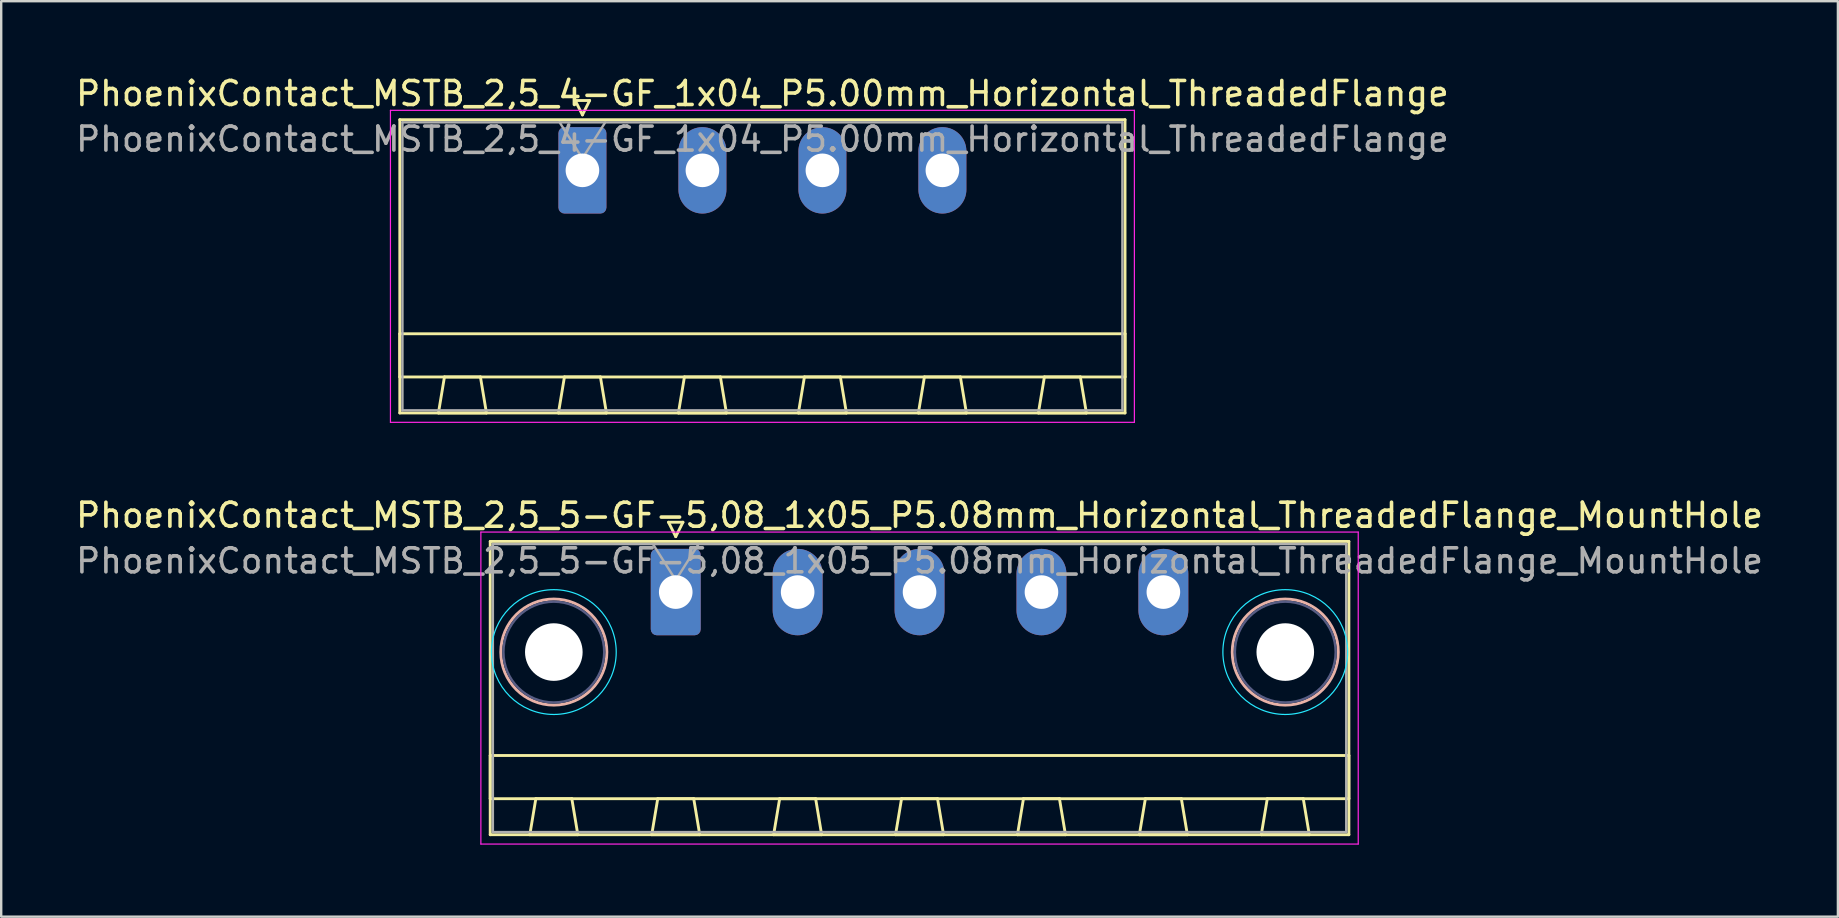
<source format=kicad_pcb>
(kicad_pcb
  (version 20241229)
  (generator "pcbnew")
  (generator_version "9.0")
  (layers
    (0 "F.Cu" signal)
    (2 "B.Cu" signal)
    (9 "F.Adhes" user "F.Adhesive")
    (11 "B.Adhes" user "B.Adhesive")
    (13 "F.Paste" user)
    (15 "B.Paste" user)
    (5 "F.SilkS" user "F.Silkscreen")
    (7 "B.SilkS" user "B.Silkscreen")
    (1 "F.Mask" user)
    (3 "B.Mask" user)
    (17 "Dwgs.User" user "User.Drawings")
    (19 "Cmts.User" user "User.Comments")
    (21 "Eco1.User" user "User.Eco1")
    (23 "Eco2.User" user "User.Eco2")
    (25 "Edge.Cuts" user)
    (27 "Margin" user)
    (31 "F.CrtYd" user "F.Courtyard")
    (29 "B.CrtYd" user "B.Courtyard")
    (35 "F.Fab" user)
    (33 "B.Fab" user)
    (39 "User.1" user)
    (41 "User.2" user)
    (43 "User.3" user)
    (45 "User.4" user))
  (footprint "PhoenixContact_MSTB_2,5_5-GF-5,08_1x05_P5.08mm_Horizontal_ThreadedFlange_MountHole"
    (layer "F.Cu")
    (at 25.108 21.622)
    (property "Reference" "PhoenixContact_MSTB_2,5_5-GF-5,08_1x05_P5.08mm_Horizontal_ThreadedFlange_MountHole" (at 10.16 -3.2 0) (layer "F.SilkS") (effects (font (size 1 1) (thickness 0.15))))
    (attr through_hole)
    (fp_line (start -7.73 -2.11) (end -7.73 10.11) (stroke (width 0.12) (type solid)) (layer "F.SilkS"))
    (fp_line (start -7.73 6.81) (end 28.05 6.81) (stroke (width 0.12) (type solid)) (layer "F.SilkS"))
    (fp_line (start -7.73 8.61) (end -7.73 6.81) (stroke (width 0.12) (type solid)) (layer "F.SilkS"))
    (fp_line (start -7.73 10.11) (end 28.05 10.11) (stroke (width 0.12) (type solid)) (layer "F.SilkS"))
    (fp_line (start -6.08 10.11) (end -4.08 10.11) (stroke (width 0.12) (type solid)) (layer "F.SilkS"))
    (fp_line (start -5.83 8.61) (end -6.08 10.11) (stroke (width 0.12) (type solid)) (layer "F.SilkS"))
    (fp_line (start -4.33 8.61) (end -5.83 8.61) (stroke (width 0.12) (type solid)) (layer "F.SilkS"))
    (fp_line (start -4.08 10.11) (end -4.33 8.61) (stroke (width 0.12) (type solid)) (layer "F.SilkS"))
    (fp_line (start -1 10.11) (end 1 10.11) (stroke (width 0.12) (type solid)) (layer "F.SilkS"))
    (fp_line (start -0.75 8.61) (end -1 10.11) (stroke (width 0.12) (type solid)) (layer "F.SilkS"))
    (fp_line (start -0.3 -2.91) (end 0.3 -2.91) (stroke (width 0.12) (type solid)) (layer "F.SilkS"))
    (fp_line (start 0 -2.31) (end -0.3 -2.91) (stroke (width 0.12) (type solid)) (layer "F.SilkS"))
    (fp_line (start 0.3 -2.91) (end 0 -2.31) (stroke (width 0.12) (type solid)) (layer "F.SilkS"))
    (fp_line (start 0.75 8.61) (end -0.75 8.61) (stroke (width 0.12) (type solid)) (layer "F.SilkS"))
    (fp_line (start 1 10.11) (end 0.75 8.61) (stroke (width 0.12) (type solid)) (layer "F.SilkS"))
    (fp_line (start 4.08 10.11) (end 6.08 10.11) (stroke (width 0.12) (type solid)) (layer "F.SilkS"))
    (fp_line (start 4.33 8.61) (end 4.08 10.11) (stroke (width 0.12) (type solid)) (layer "F.SilkS"))
    (fp_line (start 5.83 8.61) (end 4.33 8.61) (stroke (width 0.12) (type solid)) (layer "F.SilkS"))
    (fp_line (start 6.08 10.11) (end 5.83 8.61) (stroke (width 0.12) (type solid)) (layer "F.SilkS"))
    (fp_line (start 9.16 10.11) (end 11.16 10.11) (stroke (width 0.12) (type solid)) (layer "F.SilkS"))
    (fp_line (start 9.41 8.61) (end 9.16 10.11) (stroke (width 0.12) (type solid)) (layer "F.SilkS"))
    (fp_line (start 10.91 8.61) (end 9.41 8.61) (stroke (width 0.12) (type solid)) (layer "F.SilkS"))
    (fp_line (start 11.16 10.11) (end 10.91 8.61) (stroke (width 0.12) (type solid)) (layer "F.SilkS"))
    (fp_line (start 14.24 10.11) (end 16.24 10.11) (stroke (width 0.12) (type solid)) (layer "F.SilkS"))
    (fp_line (start 14.49 8.61) (end 14.24 10.11) (stroke (width 0.12) (type solid)) (layer "F.SilkS"))
    (fp_line (start 15.99 8.61) (end 14.49 8.61) (stroke (width 0.12) (type solid)) (layer "F.SilkS"))
    (fp_line (start 16.24 10.11) (end 15.99 8.61) (stroke (width 0.12) (type solid)) (layer "F.SilkS"))
    (fp_line (start 19.32 10.11) (end 21.32 10.11) (stroke (width 0.12) (type solid)) (layer "F.SilkS"))
    (fp_line (start 19.57 8.61) (end 19.32 10.11) (stroke (width 0.12) (type solid)) (layer "F.SilkS"))
    (fp_line (start 21.07 8.61) (end 19.57 8.61) (stroke (width 0.12) (type solid)) (layer "F.SilkS"))
    (fp_line (start 21.32 10.11) (end 21.07 8.61) (stroke (width 0.12) (type solid)) (layer "F.SilkS"))
    (fp_line (start 24.4 10.11) (end 26.4 10.11) (stroke (width 0.12) (type solid)) (layer "F.SilkS"))
    (fp_line (start 24.65 8.61) (end 24.4 10.11) (stroke (width 0.12) (type solid)) (layer "F.SilkS"))
    (fp_line (start 26.15 8.61) (end 24.65 8.61) (stroke (width 0.12) (type solid)) (layer "F.SilkS"))
    (fp_line (start 26.4 10.11) (end 26.15 8.61) (stroke (width 0.12) (type solid)) (layer "F.SilkS"))
    (fp_line (start 28.05 -2.11) (end -7.73 -2.11) (stroke (width 0.12) (type solid)) (layer "F.SilkS"))
    (fp_line (start 28.05 6.81) (end 28.05 8.61) (stroke (width 0.12) (type solid)) (layer "F.SilkS"))
    (fp_line (start 28.05 8.61) (end -7.73 8.61) (stroke (width 0.12) (type solid)) (layer "F.SilkS"))
    (fp_line (start 28.05 10.11) (end 28.05 -2.11) (stroke (width 0.12) (type solid)) (layer "F.SilkS"))
    (fp_circle (center -5.08 2.5) (end -2.87 2.5) (stroke (width 0.12) (type solid)) (fill no) (layer "B.SilkS"))
    (fp_circle (center 25.4 2.5) (end 27.61 2.5) (stroke (width 0.12) (type solid)) (fill no) (layer "B.SilkS"))
    (fp_circle (center -5.08 2.5) (end -2.48 2.5) (stroke (width 0.05) (type solid)) (fill no) (layer "B.CrtYd"))
    (fp_circle (center 25.4 2.5) (end 28 2.5) (stroke (width 0.05) (type solid)) (fill no) (layer "B.CrtYd"))
    (fp_line (start -8.12 -2.5) (end -8.12 10.5) (stroke (width 0.05) (type solid)) (layer "F.CrtYd"))
    (fp_line (start -8.12 10.5) (end 28.44 10.5) (stroke (width 0.05) (type solid)) (layer "F.CrtYd"))
    (fp_line (start 28.44 -2.5) (end -8.12 -2.5) (stroke (width 0.05) (type solid)) (layer "F.CrtYd"))
    (fp_line (start 28.44 10.5) (end 28.44 -2.5) (stroke (width 0.05) (type solid)) (layer "F.CrtYd"))
    (fp_circle (center -5.08 2.5) (end -2.98 2.5) (stroke (width 0.1) (type solid)) (fill no) (layer "B.Fab"))
    (fp_circle (center 25.4 2.5) (end 27.5 2.5) (stroke (width 0.1) (type solid)) (fill no) (layer "B.Fab"))
    (fp_line (start -7.62 -2) (end -7.62 10) (stroke (width 0.1) (type solid)) (layer "F.Fab"))
    (fp_line (start -7.62 10) (end 27.94 10) (stroke (width 0.1) (type solid)) (layer "F.Fab"))
    (fp_line (start 0 -0.5) (end -0.95 -2) (stroke (width 0.1) (type solid)) (layer "F.Fab"))
    (fp_line (start 0.95 -2) (end 0 -0.5) (stroke (width 0.1) (type solid)) (layer "F.Fab"))
    (fp_line (start 27.94 -2) (end -7.62 -2) (stroke (width 0.1) (type solid)) (layer "F.Fab"))
    (fp_line (start 27.94 10) (end 27.94 -2) (stroke (width 0.1) (type solid)) (layer "F.Fab"))
    (fp_text user "${REFERENCE}" (at 10.16 -1.3 0) (layer "F.Fab") (effects (font (size 1 1) (thickness 0.15))))
    (pad "" np_thru_hole circle (at -5.08 2.5) (size 2.4 2.4) (drill 2.4) (layers "*.Cu" "*.Mask"))
    (pad "" np_thru_hole circle (at 25.4 2.5) (size 2.4 2.4) (drill 2.4) (layers "*.Cu" "*.Mask"))
    (pad "1" thru_hole roundrect (at 0 0) (size 2.08 3.6) (drill 1.4) (layers "*.Cu" "*.Mask") (roundrect_rratio 0.12))
    (pad "2" thru_hole oval (at 5.08 0) (size 2.08 3.6) (drill 1.4) (layers "*.Cu" "*.Mask"))
    (pad "3" thru_hole oval (at 10.16 0) (size 2.08 3.6) (drill 1.4) (layers "*.Cu" "*.Mask"))
    (pad "4" thru_hole oval (at 15.24 0) (size 2.08 3.6) (drill 1.4) (layers "*.Cu" "*.Mask"))
    (pad "5" thru_hole oval (at 20.32 0) (size 2.08 3.6) (drill 1.4) (layers "*.Cu" "*.Mask")))
  (footprint "PhoenixContact_MSTB_2,5_4-GF_1x04_P5.00mm_Horizontal_ThreadedFlange"
    (layer "F.Cu")
    (at 21.22 4.048)
    (property "Reference" "PhoenixContact_MSTB_2,5_4-GF_1x04_P5.00mm_Horizontal_ThreadedFlange" (at 7.5 -3.2 0) (layer "F.SilkS") (effects (font (size 1 1) (thickness 0.15))))
    (attr through_hole)
    (fp_line (start -7.61 -2.11) (end -7.61 10.11) (stroke (width 0.12) (type solid)) (layer "F.SilkS"))
    (fp_line (start -7.61 6.81) (end 22.61 6.81) (stroke (width 0.12) (type solid)) (layer "F.SilkS"))
    (fp_line (start -7.61 8.61) (end -7.61 6.81) (stroke (width 0.12) (type solid)) (layer "F.SilkS"))
    (fp_line (start -7.61 10.11) (end 22.61 10.11) (stroke (width 0.12) (type solid)) (layer "F.SilkS"))
    (fp_line (start -6 10.11) (end -4 10.11) (stroke (width 0.12) (type solid)) (layer "F.SilkS"))
    (fp_line (start -5.75 8.61) (end -6 10.11) (stroke (width 0.12) (type solid)) (layer "F.SilkS"))
    (fp_line (start -4.25 8.61) (end -5.75 8.61) (stroke (width 0.12) (type solid)) (layer "F.SilkS"))
    (fp_line (start -4 10.11) (end -4.25 8.61) (stroke (width 0.12) (type solid)) (layer "F.SilkS"))
    (fp_line (start -1 10.11) (end 1 10.11) (stroke (width 0.12) (type solid)) (layer "F.SilkS"))
    (fp_line (start -0.75 8.61) (end -1 10.11) (stroke (width 0.12) (type solid)) (layer "F.SilkS"))
    (fp_line (start -0.3 -2.91) (end 0.3 -2.91) (stroke (width 0.12) (type solid)) (layer "F.SilkS"))
    (fp_line (start 0 -2.31) (end -0.3 -2.91) (stroke (width 0.12) (type solid)) (layer "F.SilkS"))
    (fp_line (start 0.3 -2.91) (end 0 -2.31) (stroke (width 0.12) (type solid)) (layer "F.SilkS"))
    (fp_line (start 0.75 8.61) (end -0.75 8.61) (stroke (width 0.12) (type solid)) (layer "F.SilkS"))
    (fp_line (start 1 10.11) (end 0.75 8.61) (stroke (width 0.12) (type solid)) (layer "F.SilkS"))
    (fp_line (start 4 10.11) (end 6 10.11) (stroke (width 0.12) (type solid)) (layer "F.SilkS"))
    (fp_line (start 4.25 8.61) (end 4 10.11) (stroke (width 0.12) (type solid)) (layer "F.SilkS"))
    (fp_line (start 5.75 8.61) (end 4.25 8.61) (stroke (width 0.12) (type solid)) (layer "F.SilkS"))
    (fp_line (start 6 10.11) (end 5.75 8.61) (stroke (width 0.12) (type solid)) (layer "F.SilkS"))
    (fp_line (start 9 10.11) (end 11 10.11) (stroke (width 0.12) (type solid)) (layer "F.SilkS"))
    (fp_line (start 9.25 8.61) (end 9 10.11) (stroke (width 0.12) (type solid)) (layer "F.SilkS"))
    (fp_line (start 10.75 8.61) (end 9.25 8.61) (stroke (width 0.12) (type solid)) (layer "F.SilkS"))
    (fp_line (start 11 10.11) (end 10.75 8.61) (stroke (width 0.12) (type solid)) (layer "F.SilkS"))
    (fp_line (start 14 10.11) (end 16 10.11) (stroke (width 0.12) (type solid)) (layer "F.SilkS"))
    (fp_line (start 14.25 8.61) (end 14 10.11) (stroke (width 0.12) (type solid)) (layer "F.SilkS"))
    (fp_line (start 15.75 8.61) (end 14.25 8.61) (stroke (width 0.12) (type solid)) (layer "F.SilkS"))
    (fp_line (start 16 10.11) (end 15.75 8.61) (stroke (width 0.12) (type solid)) (layer "F.SilkS"))
    (fp_line (start 19 10.11) (end 21 10.11) (stroke (width 0.12) (type solid)) (layer "F.SilkS"))
    (fp_line (start 19.25 8.61) (end 19 10.11) (stroke (width 0.12) (type solid)) (layer "F.SilkS"))
    (fp_line (start 20.75 8.61) (end 19.25 8.61) (stroke (width 0.12) (type solid)) (layer "F.SilkS"))
    (fp_line (start 21 10.11) (end 20.75 8.61) (stroke (width 0.12) (type solid)) (layer "F.SilkS"))
    (fp_line (start 22.61 -2.11) (end -7.61 -2.11) (stroke (width 0.12) (type solid)) (layer "F.SilkS"))
    (fp_line (start 22.61 6.81) (end 22.61 8.61) (stroke (width 0.12) (type solid)) (layer "F.SilkS"))
    (fp_line (start 22.61 8.61) (end -7.61 8.61) (stroke (width 0.12) (type solid)) (layer "F.SilkS"))
    (fp_line (start 22.61 10.11) (end 22.61 -2.11) (stroke (width 0.12) (type solid)) (layer "F.SilkS"))
    (fp_line (start -8 -2.5) (end -8 10.5) (stroke (width 0.05) (type solid)) (layer "F.CrtYd"))
    (fp_line (start -8 10.5) (end 23 10.5) (stroke (width 0.05) (type solid)) (layer "F.CrtYd"))
    (fp_line (start 23 -2.5) (end -8 -2.5) (stroke (width 0.05) (type solid)) (layer "F.CrtYd"))
    (fp_line (start 23 10.5) (end 23 -2.5) (stroke (width 0.05) (type solid)) (layer "F.CrtYd"))
    (fp_line (start -7.5 -2) (end -7.5 10) (stroke (width 0.1) (type solid)) (layer "F.Fab"))
    (fp_line (start -7.5 10) (end 22.5 10) (stroke (width 0.1) (type solid)) (layer "F.Fab"))
    (fp_line (start 0 -0.5) (end -0.95 -2) (stroke (width 0.1) (type solid)) (layer "F.Fab"))
    (fp_line (start 0.95 -2) (end 0 -0.5) (stroke (width 0.1) (type solid)) (layer "F.Fab"))
    (fp_line (start 22.5 -2) (end -7.5 -2) (stroke (width 0.1) (type solid)) (layer "F.Fab"))
    (fp_line (start 22.5 10) (end 22.5 -2) (stroke (width 0.1) (type solid)) (layer "F.Fab"))
    (fp_text user "${REFERENCE}" (at 7.5 -1.3 0) (layer "F.Fab") (effects (font (size 1 1) (thickness 0.15))))
    (pad "1" thru_hole roundrect (at 0 0) (size 2 3.6) (drill 1.4) (layers "*.Cu" "*.Mask") (roundrect_rratio 0.125))
    (pad "2" thru_hole oval (at 5 0) (size 2 3.6) (drill 1.4) (layers "*.Cu" "*.Mask"))
    (pad "3" thru_hole oval (at 10 0) (size 2 3.6) (drill 1.4) (layers "*.Cu" "*.Mask"))
    (pad "4" thru_hole oval (at 15 0) (size 2 3.6) (drill 1.4) (layers "*.Cu" "*.Mask")))
  (gr_rect
    (start -3 -3)
    (end 73.536 35.147)
    (stroke (width 0.1) (type default))
    (fill no)
    (layer "Edge.Cuts")))
</source>
